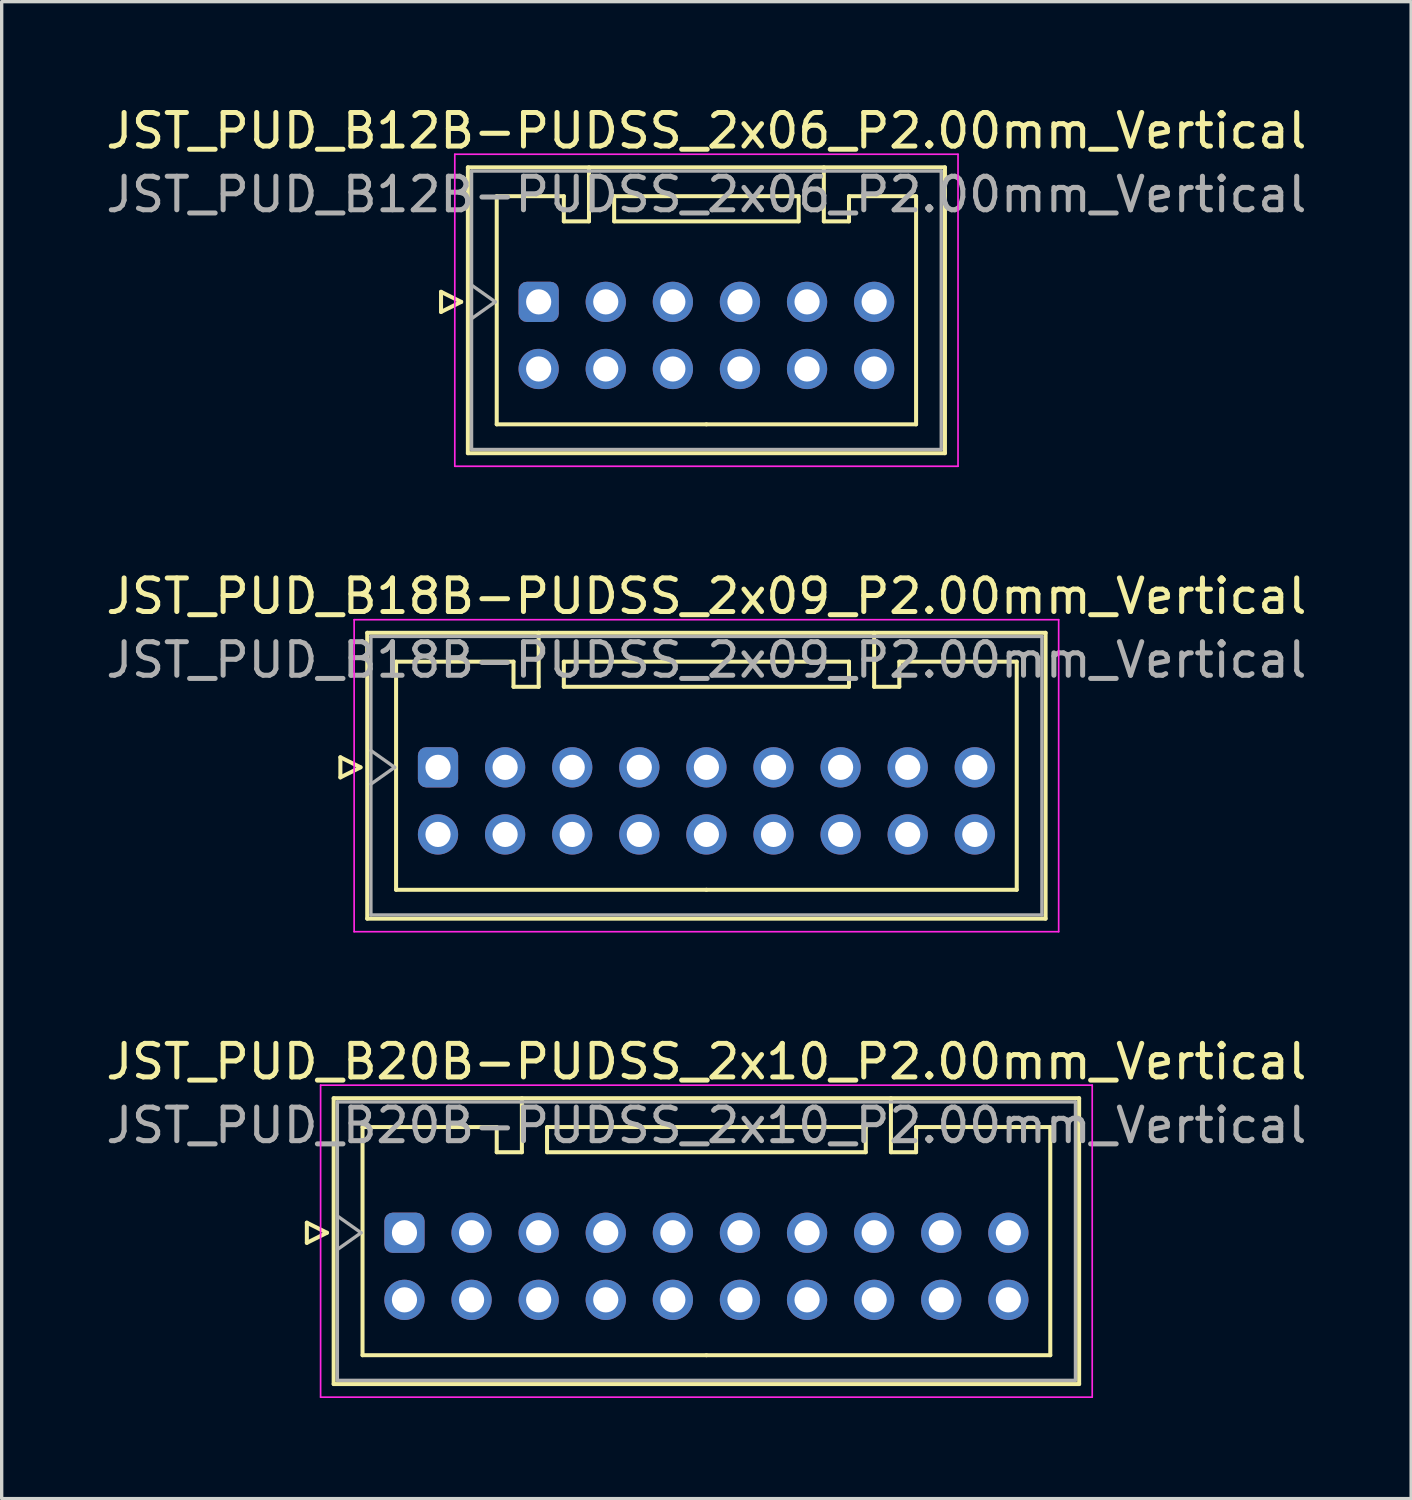
<source format=kicad_pcb>
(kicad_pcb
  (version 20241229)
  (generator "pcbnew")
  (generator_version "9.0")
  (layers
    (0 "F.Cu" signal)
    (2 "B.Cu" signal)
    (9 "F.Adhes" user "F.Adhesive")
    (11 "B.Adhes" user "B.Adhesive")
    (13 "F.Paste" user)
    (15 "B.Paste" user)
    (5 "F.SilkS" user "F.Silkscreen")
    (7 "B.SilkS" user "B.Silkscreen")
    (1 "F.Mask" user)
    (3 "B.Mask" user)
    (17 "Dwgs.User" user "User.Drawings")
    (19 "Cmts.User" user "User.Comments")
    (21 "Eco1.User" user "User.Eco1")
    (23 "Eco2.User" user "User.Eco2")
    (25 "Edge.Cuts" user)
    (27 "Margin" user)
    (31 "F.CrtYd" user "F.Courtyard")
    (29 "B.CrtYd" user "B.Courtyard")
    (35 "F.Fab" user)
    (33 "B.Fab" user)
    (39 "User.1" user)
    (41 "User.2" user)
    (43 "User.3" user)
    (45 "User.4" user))
  (footprint "JST_PUD_B18B-PUDSS_2x09_P2.00mm_Vertical"
    (layer "F.Cu")
    (at 10.006 19.822)
    (property "Reference" "JST_PUD_B18B-PUDSS_2x09_P2.00mm_Vertical" (at 8 -5.1 0) (layer "F.SilkS") (effects (font (size 1 1) (thickness 0.15))))
    (attr through_hole)
    (fp_line (start -2.91 -0.3) (end -2.31 0) (stroke (width 0.12) (type solid)) (layer "F.SilkS"))
    (fp_line (start -2.91 0.3) (end -2.91 -0.3) (stroke (width 0.12) (type solid)) (layer "F.SilkS"))
    (fp_line (start -2.31 0) (end -2.91 0.3) (stroke (width 0.12) (type solid)) (layer "F.SilkS"))
    (fp_line (start -2.11 -4.01) (end -2.11 4.51) (stroke (width 0.12) (type solid)) (layer "F.SilkS"))
    (fp_line (start -2.11 4.51) (end 18.11 4.51) (stroke (width 0.12) (type solid)) (layer "F.SilkS"))
    (fp_line (start -1.25 -3.15) (end -1.25 3.65) (stroke (width 0.12) (type solid)) (layer "F.SilkS"))
    (fp_line (start -1.25 3.65) (end 8 3.65) (stroke (width 0.12) (type solid)) (layer "F.SilkS"))
    (fp_line (start 2.25 -3.15) (end -1.25 -3.15) (stroke (width 0.12) (type solid)) (layer "F.SilkS"))
    (fp_line (start 2.25 -2.4) (end 2.25 -3.15) (stroke (width 0.12) (type solid)) (layer "F.SilkS"))
    (fp_line (start 3 -4.01) (end 3 -2.4) (stroke (width 0.12) (type solid)) (layer "F.SilkS"))
    (fp_line (start 3 -2.4) (end 2.25 -2.4) (stroke (width 0.12) (type solid)) (layer "F.SilkS"))
    (fp_line (start 3.75 -3.15) (end 3.75 -2.4) (stroke (width 0.12) (type solid)) (layer "F.SilkS"))
    (fp_line (start 3.75 -2.4) (end 12.25 -2.4) (stroke (width 0.12) (type solid)) (layer "F.SilkS"))
    (fp_line (start 12.25 -3.15) (end 3.75 -3.15) (stroke (width 0.12) (type solid)) (layer "F.SilkS"))
    (fp_line (start 12.25 -2.4) (end 12.25 -3.15) (stroke (width 0.12) (type solid)) (layer "F.SilkS"))
    (fp_line (start 13 -4.01) (end 13 -2.4) (stroke (width 0.12) (type solid)) (layer "F.SilkS"))
    (fp_line (start 13 -2.4) (end 13.75 -2.4) (stroke (width 0.12) (type solid)) (layer "F.SilkS"))
    (fp_line (start 13.75 -3.15) (end 17.25 -3.15) (stroke (width 0.12) (type solid)) (layer "F.SilkS"))
    (fp_line (start 13.75 -2.4) (end 13.75 -3.15) (stroke (width 0.12) (type solid)) (layer "F.SilkS"))
    (fp_line (start 17.25 -3.15) (end 17.25 3.65) (stroke (width 0.12) (type solid)) (layer "F.SilkS"))
    (fp_line (start 17.25 3.65) (end 8 3.65) (stroke (width 0.12) (type solid)) (layer "F.SilkS"))
    (fp_line (start 18.11 -4.01) (end -2.11 -4.01) (stroke (width 0.12) (type solid)) (layer "F.SilkS"))
    (fp_line (start 18.11 4.51) (end 18.11 -4.01) (stroke (width 0.12) (type solid)) (layer "F.SilkS"))
    (fp_line (start -2.5 -4.4) (end -2.5 4.9) (stroke (width 0.05) (type solid)) (layer "F.CrtYd"))
    (fp_line (start -2.5 4.9) (end 18.5 4.9) (stroke (width 0.05) (type solid)) (layer "F.CrtYd"))
    (fp_line (start 18.5 -4.4) (end -2.5 -4.4) (stroke (width 0.05) (type solid)) (layer "F.CrtYd"))
    (fp_line (start 18.5 4.9) (end 18.5 -4.4) (stroke (width 0.05) (type solid)) (layer "F.CrtYd"))
    (fp_line (start -2 -3.9) (end -2 4.4) (stroke (width 0.1) (type solid)) (layer "F.Fab"))
    (fp_line (start -2 0.5) (end -1.293 0) (stroke (width 0.1) (type solid)) (layer "F.Fab"))
    (fp_line (start -2 4.4) (end 18 4.4) (stroke (width 0.1) (type solid)) (layer "F.Fab"))
    (fp_line (start -1.293 0) (end -2 -0.5) (stroke (width 0.1) (type solid)) (layer "F.Fab"))
    (fp_line (start 18 -3.9) (end -2 -3.9) (stroke (width 0.1) (type solid)) (layer "F.Fab"))
    (fp_line (start 18 4.4) (end 18 -3.9) (stroke (width 0.1) (type solid)) (layer "F.Fab"))
    (fp_text user "${REFERENCE}" (at 8 -3.2 0) (layer "F.Fab") (effects (font (size 1 1) (thickness 0.15))))
    (pad "1" thru_hole roundrect (at 0 0) (size 1.2 1.2) (drill 0.75) (layers "*.Cu" "*.Mask") (roundrect_rratio 0.208))
    (pad "2" thru_hole circle (at 0 2) (size 1.2 1.2) (drill 0.75) (layers "*.Cu" "*.Mask"))
    (pad "3" thru_hole circle (at 2 0) (size 1.2 1.2) (drill 0.75) (layers "*.Cu" "*.Mask"))
    (pad "4" thru_hole circle (at 2 2) (size 1.2 1.2) (drill 0.75) (layers "*.Cu" "*.Mask"))
    (pad "5" thru_hole circle (at 4 0) (size 1.2 1.2) (drill 0.75) (layers "*.Cu" "*.Mask"))
    (pad "6" thru_hole circle (at 4 2) (size 1.2 1.2) (drill 0.75) (layers "*.Cu" "*.Mask"))
    (pad "7" thru_hole circle (at 6 0) (size 1.2 1.2) (drill 0.75) (layers "*.Cu" "*.Mask"))
    (pad "8" thru_hole circle (at 6 2) (size 1.2 1.2) (drill 0.75) (layers "*.Cu" "*.Mask"))
    (pad "9" thru_hole circle (at 8 0) (size 1.2 1.2) (drill 0.75) (layers "*.Cu" "*.Mask"))
    (pad "10" thru_hole circle (at 8 2) (size 1.2 1.2) (drill 0.75) (layers "*.Cu" "*.Mask"))
    (pad "11" thru_hole circle (at 10 0) (size 1.2 1.2) (drill 0.75) (layers "*.Cu" "*.Mask"))
    (pad "12" thru_hole circle (at 10 2) (size 1.2 1.2) (drill 0.75) (layers "*.Cu" "*.Mask"))
    (pad "13" thru_hole circle (at 12 0) (size 1.2 1.2) (drill 0.75) (layers "*.Cu" "*.Mask"))
    (pad "14" thru_hole circle (at 12 2) (size 1.2 1.2) (drill 0.75) (layers "*.Cu" "*.Mask"))
    (pad "15" thru_hole circle (at 14 0) (size 1.2 1.2) (drill 0.75) (layers "*.Cu" "*.Mask"))
    (pad "16" thru_hole circle (at 14 2) (size 1.2 1.2) (drill 0.75) (layers "*.Cu" "*.Mask"))
    (pad "17" thru_hole circle (at 16 0) (size 1.2 1.2) (drill 0.75) (layers "*.Cu" "*.Mask"))
    (pad "18" thru_hole circle (at 16 2) (size 1.2 1.2) (drill 0.75) (layers "*.Cu" "*.Mask")))
  (footprint "JST_PUD_B20B-PUDSS_2x10_P2.00mm_Vertical"
    (layer "F.Cu")
    (at 9.006 33.695)
    (property "Reference" "JST_PUD_B20B-PUDSS_2x10_P2.00mm_Vertical" (at 9 -5.1 0) (layer "F.SilkS") (effects (font (size 1 1) (thickness 0.15))))
    (attr through_hole)
    (fp_line (start -2.91 -0.3) (end -2.31 0) (stroke (width 0.12) (type solid)) (layer "F.SilkS"))
    (fp_line (start -2.91 0.3) (end -2.91 -0.3) (stroke (width 0.12) (type solid)) (layer "F.SilkS"))
    (fp_line (start -2.31 0) (end -2.91 0.3) (stroke (width 0.12) (type solid)) (layer "F.SilkS"))
    (fp_line (start -2.11 -4.01) (end -2.11 4.51) (stroke (width 0.12) (type solid)) (layer "F.SilkS"))
    (fp_line (start -2.11 4.51) (end 20.11 4.51) (stroke (width 0.12) (type solid)) (layer "F.SilkS"))
    (fp_line (start -1.25 -3.15) (end -1.25 3.65) (stroke (width 0.12) (type solid)) (layer "F.SilkS"))
    (fp_line (start -1.25 3.65) (end 9 3.65) (stroke (width 0.12) (type solid)) (layer "F.SilkS"))
    (fp_line (start 2.75 -3.15) (end -1.25 -3.15) (stroke (width 0.12) (type solid)) (layer "F.SilkS"))
    (fp_line (start 2.75 -2.4) (end 2.75 -3.15) (stroke (width 0.12) (type solid)) (layer "F.SilkS"))
    (fp_line (start 3.5 -4.01) (end 3.5 -2.4) (stroke (width 0.12) (type solid)) (layer "F.SilkS"))
    (fp_line (start 3.5 -2.4) (end 2.75 -2.4) (stroke (width 0.12) (type solid)) (layer "F.SilkS"))
    (fp_line (start 4.25 -3.15) (end 4.25 -2.4) (stroke (width 0.12) (type solid)) (layer "F.SilkS"))
    (fp_line (start 4.25 -2.4) (end 13.75 -2.4) (stroke (width 0.12) (type solid)) (layer "F.SilkS"))
    (fp_line (start 13.75 -3.15) (end 4.25 -3.15) (stroke (width 0.12) (type solid)) (layer "F.SilkS"))
    (fp_line (start 13.75 -2.4) (end 13.75 -3.15) (stroke (width 0.12) (type solid)) (layer "F.SilkS"))
    (fp_line (start 14.5 -4.01) (end 14.5 -2.4) (stroke (width 0.12) (type solid)) (layer "F.SilkS"))
    (fp_line (start 14.5 -2.4) (end 15.25 -2.4) (stroke (width 0.12) (type solid)) (layer "F.SilkS"))
    (fp_line (start 15.25 -3.15) (end 19.25 -3.15) (stroke (width 0.12) (type solid)) (layer "F.SilkS"))
    (fp_line (start 15.25 -2.4) (end 15.25 -3.15) (stroke (width 0.12) (type solid)) (layer "F.SilkS"))
    (fp_line (start 19.25 -3.15) (end 19.25 3.65) (stroke (width 0.12) (type solid)) (layer "F.SilkS"))
    (fp_line (start 19.25 3.65) (end 9 3.65) (stroke (width 0.12) (type solid)) (layer "F.SilkS"))
    (fp_line (start 20.11 -4.01) (end -2.11 -4.01) (stroke (width 0.12) (type solid)) (layer "F.SilkS"))
    (fp_line (start 20.11 4.51) (end 20.11 -4.01) (stroke (width 0.12) (type solid)) (layer "F.SilkS"))
    (fp_line (start -2.5 -4.4) (end -2.5 4.9) (stroke (width 0.05) (type solid)) (layer "F.CrtYd"))
    (fp_line (start -2.5 4.9) (end 20.5 4.9) (stroke (width 0.05) (type solid)) (layer "F.CrtYd"))
    (fp_line (start 20.5 -4.4) (end -2.5 -4.4) (stroke (width 0.05) (type solid)) (layer "F.CrtYd"))
    (fp_line (start 20.5 4.9) (end 20.5 -4.4) (stroke (width 0.05) (type solid)) (layer "F.CrtYd"))
    (fp_line (start -2 -3.9) (end -2 4.4) (stroke (width 0.1) (type solid)) (layer "F.Fab"))
    (fp_line (start -2 0.5) (end -1.293 0) (stroke (width 0.1) (type solid)) (layer "F.Fab"))
    (fp_line (start -2 4.4) (end 20 4.4) (stroke (width 0.1) (type solid)) (layer "F.Fab"))
    (fp_line (start -1.293 0) (end -2 -0.5) (stroke (width 0.1) (type solid)) (layer "F.Fab"))
    (fp_line (start 20 -3.9) (end -2 -3.9) (stroke (width 0.1) (type solid)) (layer "F.Fab"))
    (fp_line (start 20 4.4) (end 20 -3.9) (stroke (width 0.1) (type solid)) (layer "F.Fab"))
    (fp_text user "${REFERENCE}" (at 9 -3.2 0) (layer "F.Fab") (effects (font (size 1 1) (thickness 0.15))))
    (pad "1" thru_hole roundrect (at 0 0) (size 1.2 1.2) (drill 0.75) (layers "*.Cu" "*.Mask") (roundrect_rratio 0.208))
    (pad "2" thru_hole circle (at 0 2) (size 1.2 1.2) (drill 0.75) (layers "*.Cu" "*.Mask"))
    (pad "3" thru_hole circle (at 2 0) (size 1.2 1.2) (drill 0.75) (layers "*.Cu" "*.Mask"))
    (pad "4" thru_hole circle (at 2 2) (size 1.2 1.2) (drill 0.75) (layers "*.Cu" "*.Mask"))
    (pad "5" thru_hole circle (at 4 0) (size 1.2 1.2) (drill 0.75) (layers "*.Cu" "*.Mask"))
    (pad "6" thru_hole circle (at 4 2) (size 1.2 1.2) (drill 0.75) (layers "*.Cu" "*.Mask"))
    (pad "7" thru_hole circle (at 6 0) (size 1.2 1.2) (drill 0.75) (layers "*.Cu" "*.Mask"))
    (pad "8" thru_hole circle (at 6 2) (size 1.2 1.2) (drill 0.75) (layers "*.Cu" "*.Mask"))
    (pad "9" thru_hole circle (at 8 0) (size 1.2 1.2) (drill 0.75) (layers "*.Cu" "*.Mask"))
    (pad "10" thru_hole circle (at 8 2) (size 1.2 1.2) (drill 0.75) (layers "*.Cu" "*.Mask"))
    (pad "11" thru_hole circle (at 10 0) (size 1.2 1.2) (drill 0.75) (layers "*.Cu" "*.Mask"))
    (pad "12" thru_hole circle (at 10 2) (size 1.2 1.2) (drill 0.75) (layers "*.Cu" "*.Mask"))
    (pad "13" thru_hole circle (at 12 0) (size 1.2 1.2) (drill 0.75) (layers "*.Cu" "*.Mask"))
    (pad "14" thru_hole circle (at 12 2) (size 1.2 1.2) (drill 0.75) (layers "*.Cu" "*.Mask"))
    (pad "15" thru_hole circle (at 14 0) (size 1.2 1.2) (drill 0.75) (layers "*.Cu" "*.Mask"))
    (pad "16" thru_hole circle (at 14 2) (size 1.2 1.2) (drill 0.75) (layers "*.Cu" "*.Mask"))
    (pad "17" thru_hole circle (at 16 0) (size 1.2 1.2) (drill 0.75) (layers "*.Cu" "*.Mask"))
    (pad "18" thru_hole circle (at 16 2) (size 1.2 1.2) (drill 0.75) (layers "*.Cu" "*.Mask"))
    (pad "19" thru_hole circle (at 18 0) (size 1.2 1.2) (drill 0.75) (layers "*.Cu" "*.Mask"))
    (pad "20" thru_hole circle (at 18 2) (size 1.2 1.2) (drill 0.75) (layers "*.Cu" "*.Mask")))
  (footprint "JST_PUD_B12B-PUDSS_2x06_P2.00mm_Vertical"
    (layer "F.Cu")
    (at 13.006 5.948)
    (property "Reference" "JST_PUD_B12B-PUDSS_2x06_P2.00mm_Vertical" (at 5 -5.1 0) (layer "F.SilkS") (effects (font (size 1 1) (thickness 0.15))))
    (attr through_hole)
    (fp_line (start -2.91 -0.3) (end -2.31 0) (stroke (width 0.12) (type solid)) (layer "F.SilkS"))
    (fp_line (start -2.91 0.3) (end -2.91 -0.3) (stroke (width 0.12) (type solid)) (layer "F.SilkS"))
    (fp_line (start -2.31 0) (end -2.91 0.3) (stroke (width 0.12) (type solid)) (layer "F.SilkS"))
    (fp_line (start -2.11 -4.01) (end -2.11 4.51) (stroke (width 0.12) (type solid)) (layer "F.SilkS"))
    (fp_line (start -2.11 4.51) (end 12.11 4.51) (stroke (width 0.12) (type solid)) (layer "F.SilkS"))
    (fp_line (start -1.25 -3.15) (end -1.25 3.65) (stroke (width 0.12) (type solid)) (layer "F.SilkS"))
    (fp_line (start -1.25 3.65) (end 5 3.65) (stroke (width 0.12) (type solid)) (layer "F.SilkS"))
    (fp_line (start 0.75 -3.15) (end -1.25 -3.15) (stroke (width 0.12) (type solid)) (layer "F.SilkS"))
    (fp_line (start 0.75 -2.4) (end 0.75 -3.15) (stroke (width 0.12) (type solid)) (layer "F.SilkS"))
    (fp_line (start 1.5 -4.01) (end 1.5 -2.4) (stroke (width 0.12) (type solid)) (layer "F.SilkS"))
    (fp_line (start 1.5 -2.4) (end 0.75 -2.4) (stroke (width 0.12) (type solid)) (layer "F.SilkS"))
    (fp_line (start 2.25 -3.15) (end 2.25 -2.4) (stroke (width 0.12) (type solid)) (layer "F.SilkS"))
    (fp_line (start 2.25 -2.4) (end 7.75 -2.4) (stroke (width 0.12) (type solid)) (layer "F.SilkS"))
    (fp_line (start 7.75 -3.15) (end 2.25 -3.15) (stroke (width 0.12) (type solid)) (layer "F.SilkS"))
    (fp_line (start 7.75 -2.4) (end 7.75 -3.15) (stroke (width 0.12) (type solid)) (layer "F.SilkS"))
    (fp_line (start 8.5 -4.01) (end 8.5 -2.4) (stroke (width 0.12) (type solid)) (layer "F.SilkS"))
    (fp_line (start 8.5 -2.4) (end 9.25 -2.4) (stroke (width 0.12) (type solid)) (layer "F.SilkS"))
    (fp_line (start 9.25 -3.15) (end 11.25 -3.15) (stroke (width 0.12) (type solid)) (layer "F.SilkS"))
    (fp_line (start 9.25 -2.4) (end 9.25 -3.15) (stroke (width 0.12) (type solid)) (layer "F.SilkS"))
    (fp_line (start 11.25 -3.15) (end 11.25 3.65) (stroke (width 0.12) (type solid)) (layer "F.SilkS"))
    (fp_line (start 11.25 3.65) (end 5 3.65) (stroke (width 0.12) (type solid)) (layer "F.SilkS"))
    (fp_line (start 12.11 -4.01) (end -2.11 -4.01) (stroke (width 0.12) (type solid)) (layer "F.SilkS"))
    (fp_line (start 12.11 4.51) (end 12.11 -4.01) (stroke (width 0.12) (type solid)) (layer "F.SilkS"))
    (fp_line (start -2.5 -4.4) (end -2.5 4.9) (stroke (width 0.05) (type solid)) (layer "F.CrtYd"))
    (fp_line (start -2.5 4.9) (end 12.5 4.9) (stroke (width 0.05) (type solid)) (layer "F.CrtYd"))
    (fp_line (start 12.5 -4.4) (end -2.5 -4.4) (stroke (width 0.05) (type solid)) (layer "F.CrtYd"))
    (fp_line (start 12.5 4.9) (end 12.5 -4.4) (stroke (width 0.05) (type solid)) (layer "F.CrtYd"))
    (fp_line (start -2 -3.9) (end -2 4.4) (stroke (width 0.1) (type solid)) (layer "F.Fab"))
    (fp_line (start -2 0.5) (end -1.293 0) (stroke (width 0.1) (type solid)) (layer "F.Fab"))
    (fp_line (start -2 4.4) (end 12 4.4) (stroke (width 0.1) (type solid)) (layer "F.Fab"))
    (fp_line (start -1.293 0) (end -2 -0.5) (stroke (width 0.1) (type solid)) (layer "F.Fab"))
    (fp_line (start 12 -3.9) (end -2 -3.9) (stroke (width 0.1) (type solid)) (layer "F.Fab"))
    (fp_line (start 12 4.4) (end 12 -3.9) (stroke (width 0.1) (type solid)) (layer "F.Fab"))
    (fp_text user "${REFERENCE}" (at 5 -3.2 0) (layer "F.Fab") (effects (font (size 1 1) (thickness 0.15))))
    (pad "1" thru_hole roundrect (at 0 0) (size 1.2 1.2) (drill 0.75) (layers "*.Cu" "*.Mask") (roundrect_rratio 0.208))
    (pad "2" thru_hole circle (at 0 2) (size 1.2 1.2) (drill 0.75) (layers "*.Cu" "*.Mask"))
    (pad "3" thru_hole circle (at 2 0) (size 1.2 1.2) (drill 0.75) (layers "*.Cu" "*.Mask"))
    (pad "4" thru_hole circle (at 2 2) (size 1.2 1.2) (drill 0.75) (layers "*.Cu" "*.Mask"))
    (pad "5" thru_hole circle (at 4 0) (size 1.2 1.2) (drill 0.75) (layers "*.Cu" "*.Mask"))
    (pad "6" thru_hole circle (at 4 2) (size 1.2 1.2) (drill 0.75) (layers "*.Cu" "*.Mask"))
    (pad "7" thru_hole circle (at 6 0) (size 1.2 1.2) (drill 0.75) (layers "*.Cu" "*.Mask"))
    (pad "8" thru_hole circle (at 6 2) (size 1.2 1.2) (drill 0.75) (layers "*.Cu" "*.Mask"))
    (pad "9" thru_hole circle (at 8 0) (size 1.2 1.2) (drill 0.75) (layers "*.Cu" "*.Mask"))
    (pad "10" thru_hole circle (at 8 2) (size 1.2 1.2) (drill 0.75) (layers "*.Cu" "*.Mask"))
    (pad "11" thru_hole circle (at 10 0) (size 1.2 1.2) (drill 0.75) (layers "*.Cu" "*.Mask"))
    (pad "12" thru_hole circle (at 10 2) (size 1.2 1.2) (drill 0.75) (layers "*.Cu" "*.Mask")))
  (gr_rect
    (start -3 -3)
    (end 39.012 41.62)
    (stroke (width 0.1) (type default))
    (fill no)
    (layer "Edge.Cuts")))
</source>
